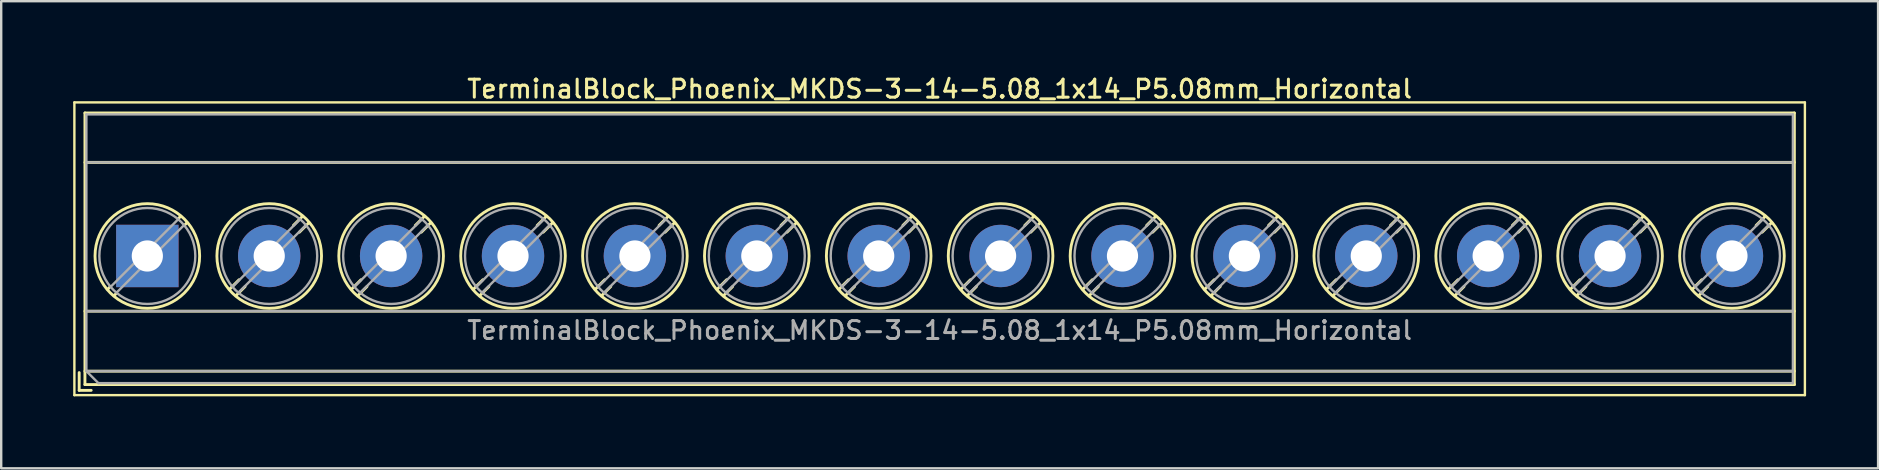
<source format=kicad_pcb>
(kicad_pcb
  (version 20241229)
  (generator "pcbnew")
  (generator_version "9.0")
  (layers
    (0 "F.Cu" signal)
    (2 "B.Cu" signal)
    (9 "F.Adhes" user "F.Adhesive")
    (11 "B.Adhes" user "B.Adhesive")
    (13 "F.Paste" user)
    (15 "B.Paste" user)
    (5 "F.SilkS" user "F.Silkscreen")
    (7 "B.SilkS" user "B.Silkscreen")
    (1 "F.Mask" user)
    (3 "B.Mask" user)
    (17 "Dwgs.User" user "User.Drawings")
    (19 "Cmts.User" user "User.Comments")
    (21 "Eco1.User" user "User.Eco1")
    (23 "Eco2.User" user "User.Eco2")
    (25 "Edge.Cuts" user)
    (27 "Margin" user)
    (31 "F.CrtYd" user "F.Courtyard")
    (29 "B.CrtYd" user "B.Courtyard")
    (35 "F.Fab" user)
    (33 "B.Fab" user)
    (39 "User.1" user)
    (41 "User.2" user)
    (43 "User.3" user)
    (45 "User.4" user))
  (footprint "TerminalBlock_Phoenix_MKDS-3-14-5.08_1x14_P5.08mm_Horizontal"
    (layer "F.Cu")
    (at 3.09 7.618)
    (property "Reference" "TerminalBlock_Phoenix_MKDS-3-14-5.08_1x14_P5.08mm_Horizontal" (at 33.02 -6.96 0) (layer "F.SilkS") (effects (font (size 0.75 0.75) (thickness 0.125))))
    (attr through_hole)
    (fp_line (start -3.04 -6.4) (end -3.04 5.8) (stroke (width 0.1) (type solid)) (layer "F.SilkS"))
    (fp_line (start -3.04 5.8) (end 69.08 5.8) (stroke (width 0.1) (type solid)) (layer "F.SilkS"))
    (fp_line (start -2.84 4.86) (end -2.84 5.6) (stroke (width 0.12) (type solid)) (layer "F.SilkS"))
    (fp_line (start -2.84 5.6) (end -2.34 5.6) (stroke (width 0.12) (type solid)) (layer "F.SilkS"))
    (fp_line (start -2.6 -5.96) (end -2.6 5.36) (stroke (width 0.12) (type solid)) (layer "F.SilkS"))
    (fp_line (start -2.6 -5.96) (end 68.641 -5.96) (stroke (width 0.12) (type solid)) (layer "F.SilkS"))
    (fp_line (start -2.6 -3.9) (end 68.641 -3.9) (stroke (width 0.12) (type solid)) (layer "F.SilkS"))
    (fp_line (start -2.6 2.3) (end 68.641 2.3) (stroke (width 0.12) (type solid)) (layer "F.SilkS"))
    (fp_line (start -2.6 4.8) (end 68.641 4.8) (stroke (width 0.12) (type solid)) (layer "F.SilkS"))
    (fp_line (start -2.6 5.36) (end 68.641 5.36) (stroke (width 0.12) (type solid)) (layer "F.SilkS"))
    (fp_line (start -1.548 1.281) (end -1.654 1.388) (stroke (width 0.12) (type solid)) (layer "F.SilkS"))
    (fp_line (start -1.282 1.547) (end -1.388 1.654) (stroke (width 0.12) (type solid)) (layer "F.SilkS"))
    (fp_line (start 1.388 -1.654) (end 1.281 -1.547) (stroke (width 0.12) (type solid)) (layer "F.SilkS"))
    (fp_line (start 1.654 -1.388) (end 1.547 -1.281) (stroke (width 0.12) (type solid)) (layer "F.SilkS"))
    (fp_line (start 3.822 0.992) (end 3.427 1.388) (stroke (width 0.12) (type solid)) (layer "F.SilkS"))
    (fp_line (start 4.073 1.274) (end 3.693 1.654) (stroke (width 0.12) (type solid)) (layer "F.SilkS"))
    (fp_line (start 6.468 -1.654) (end 6.088 -1.274) (stroke (width 0.12) (type solid)) (layer "F.SilkS"))
    (fp_line (start 6.734 -1.388) (end 6.339 -0.992) (stroke (width 0.12) (type solid)) (layer "F.SilkS"))
    (fp_line (start 8.902 0.992) (end 8.507 1.388) (stroke (width 0.12) (type solid)) (layer "F.SilkS"))
    (fp_line (start 9.153 1.274) (end 8.773 1.654) (stroke (width 0.12) (type solid)) (layer "F.SilkS"))
    (fp_line (start 11.548 -1.654) (end 11.168 -1.274) (stroke (width 0.12) (type solid)) (layer "F.SilkS"))
    (fp_line (start 11.814 -1.388) (end 11.419 -0.992) (stroke (width 0.12) (type solid)) (layer "F.SilkS"))
    (fp_line (start 13.982 0.992) (end 13.587 1.388) (stroke (width 0.12) (type solid)) (layer "F.SilkS"))
    (fp_line (start 14.233 1.274) (end 13.853 1.654) (stroke (width 0.12) (type solid)) (layer "F.SilkS"))
    (fp_line (start 16.628 -1.654) (end 16.248 -1.274) (stroke (width 0.12) (type solid)) (layer "F.SilkS"))
    (fp_line (start 16.894 -1.388) (end 16.499 -0.992) (stroke (width 0.12) (type solid)) (layer "F.SilkS"))
    (fp_line (start 19.062 0.992) (end 18.667 1.388) (stroke (width 0.12) (type solid)) (layer "F.SilkS"))
    (fp_line (start 19.313 1.274) (end 18.933 1.654) (stroke (width 0.12) (type solid)) (layer "F.SilkS"))
    (fp_line (start 21.708 -1.654) (end 21.328 -1.274) (stroke (width 0.12) (type solid)) (layer "F.SilkS"))
    (fp_line (start 21.974 -1.388) (end 21.579 -0.992) (stroke (width 0.12) (type solid)) (layer "F.SilkS"))
    (fp_line (start 24.142 0.992) (end 23.747 1.388) (stroke (width 0.12) (type solid)) (layer "F.SilkS"))
    (fp_line (start 24.393 1.274) (end 24.013 1.654) (stroke (width 0.12) (type solid)) (layer "F.SilkS"))
    (fp_line (start 26.788 -1.654) (end 26.408 -1.274) (stroke (width 0.12) (type solid)) (layer "F.SilkS"))
    (fp_line (start 27.054 -1.388) (end 26.659 -0.992) (stroke (width 0.12) (type solid)) (layer "F.SilkS"))
    (fp_line (start 29.222 0.992) (end 28.827 1.388) (stroke (width 0.12) (type solid)) (layer "F.SilkS"))
    (fp_line (start 29.473 1.274) (end 29.093 1.654) (stroke (width 0.12) (type solid)) (layer "F.SilkS"))
    (fp_line (start 31.868 -1.654) (end 31.488 -1.274) (stroke (width 0.12) (type solid)) (layer "F.SilkS"))
    (fp_line (start 32.134 -1.388) (end 31.739 -0.992) (stroke (width 0.12) (type solid)) (layer "F.SilkS"))
    (fp_line (start 34.302 0.992) (end 33.907 1.388) (stroke (width 0.12) (type solid)) (layer "F.SilkS"))
    (fp_line (start 34.553 1.274) (end 34.173 1.654) (stroke (width 0.12) (type solid)) (layer "F.SilkS"))
    (fp_line (start 36.948 -1.654) (end 36.568 -1.274) (stroke (width 0.12) (type solid)) (layer "F.SilkS"))
    (fp_line (start 37.214 -1.388) (end 36.819 -0.992) (stroke (width 0.12) (type solid)) (layer "F.SilkS"))
    (fp_line (start 39.382 0.992) (end 38.987 1.388) (stroke (width 0.12) (type solid)) (layer "F.SilkS"))
    (fp_line (start 39.633 1.274) (end 39.253 1.654) (stroke (width 0.12) (type solid)) (layer "F.SilkS"))
    (fp_line (start 42.028 -1.654) (end 41.648 -1.274) (stroke (width 0.12) (type solid)) (layer "F.SilkS"))
    (fp_line (start 42.294 -1.388) (end 41.899 -0.992) (stroke (width 0.12) (type solid)) (layer "F.SilkS"))
    (fp_line (start 44.462 0.992) (end 44.067 1.388) (stroke (width 0.12) (type solid)) (layer "F.SilkS"))
    (fp_line (start 44.713 1.274) (end 44.333 1.654) (stroke (width 0.12) (type solid)) (layer "F.SilkS"))
    (fp_line (start 47.108 -1.654) (end 46.728 -1.274) (stroke (width 0.12) (type solid)) (layer "F.SilkS"))
    (fp_line (start 47.374 -1.388) (end 46.979 -0.992) (stroke (width 0.12) (type solid)) (layer "F.SilkS"))
    (fp_line (start 49.542 0.992) (end 49.147 1.388) (stroke (width 0.12) (type solid)) (layer "F.SilkS"))
    (fp_line (start 49.793 1.274) (end 49.413 1.654) (stroke (width 0.12) (type solid)) (layer "F.SilkS"))
    (fp_line (start 52.188 -1.654) (end 51.808 -1.274) (stroke (width 0.12) (type solid)) (layer "F.SilkS"))
    (fp_line (start 52.454 -1.388) (end 52.059 -0.992) (stroke (width 0.12) (type solid)) (layer "F.SilkS"))
    (fp_line (start 54.622 0.992) (end 54.227 1.388) (stroke (width 0.12) (type solid)) (layer "F.SilkS"))
    (fp_line (start 54.873 1.274) (end 54.493 1.654) (stroke (width 0.12) (type solid)) (layer "F.SilkS"))
    (fp_line (start 57.268 -1.654) (end 56.888 -1.274) (stroke (width 0.12) (type solid)) (layer "F.SilkS"))
    (fp_line (start 57.534 -1.388) (end 57.139 -0.992) (stroke (width 0.12) (type solid)) (layer "F.SilkS"))
    (fp_line (start 59.702 0.992) (end 59.307 1.388) (stroke (width 0.12) (type solid)) (layer "F.SilkS"))
    (fp_line (start 59.953 1.274) (end 59.573 1.654) (stroke (width 0.12) (type solid)) (layer "F.SilkS"))
    (fp_line (start 62.348 -1.654) (end 61.968 -1.274) (stroke (width 0.12) (type solid)) (layer "F.SilkS"))
    (fp_line (start 62.614 -1.388) (end 62.219 -0.992) (stroke (width 0.12) (type solid)) (layer "F.SilkS"))
    (fp_line (start 64.782 0.992) (end 64.387 1.388) (stroke (width 0.12) (type solid)) (layer "F.SilkS"))
    (fp_line (start 65.033 1.274) (end 64.653 1.654) (stroke (width 0.12) (type solid)) (layer "F.SilkS"))
    (fp_line (start 67.428 -1.654) (end 67.048 -1.274) (stroke (width 0.12) (type solid)) (layer "F.SilkS"))
    (fp_line (start 67.694 -1.388) (end 67.299 -0.992) (stroke (width 0.12) (type solid)) (layer "F.SilkS"))
    (fp_line (start 68.641 -5.96) (end 68.641 5.36) (stroke (width 0.12) (type solid)) (layer "F.SilkS"))
    (fp_line (start 69.08 -6.4) (end -3.04 -6.4) (stroke (width 0.1) (type solid)) (layer "F.SilkS"))
    (fp_line (start 69.08 5.8) (end 69.08 -6.4) (stroke (width 0.1) (type solid)) (layer "F.SilkS"))
    (fp_circle (center 0 0) (end 2.18 0) (stroke (width 0.12) (type solid)) (fill no) (layer "F.SilkS"))
    (fp_circle (center 5.08 0) (end 7.26 0) (stroke (width 0.12) (type solid)) (fill no) (layer "F.SilkS"))
    (fp_circle (center 10.16 0) (end 12.34 0) (stroke (width 0.12) (type solid)) (fill no) (layer "F.SilkS"))
    (fp_circle (center 15.24 0) (end 17.42 0) (stroke (width 0.12) (type solid)) (fill no) (layer "F.SilkS"))
    (fp_circle (center 20.32 0) (end 22.5 0) (stroke (width 0.12) (type solid)) (fill no) (layer "F.SilkS"))
    (fp_circle (center 25.4 0) (end 27.58 0) (stroke (width 0.12) (type solid)) (fill no) (layer "F.SilkS"))
    (fp_circle (center 30.48 0) (end 32.66 0) (stroke (width 0.12) (type solid)) (fill no) (layer "F.SilkS"))
    (fp_circle (center 35.56 0) (end 37.74 0) (stroke (width 0.12) (type solid)) (fill no) (layer "F.SilkS"))
    (fp_circle (center 40.64 0) (end 42.82 0) (stroke (width 0.12) (type solid)) (fill no) (layer "F.SilkS"))
    (fp_circle (center 45.72 0) (end 47.9 0) (stroke (width 0.12) (type solid)) (fill no) (layer "F.SilkS"))
    (fp_circle (center 50.8 0) (end 52.98 0) (stroke (width 0.12) (type solid)) (fill no) (layer "F.SilkS"))
    (fp_circle (center 55.88 0) (end 58.06 0) (stroke (width 0.12) (type solid)) (fill no) (layer "F.SilkS"))
    (fp_circle (center 60.96 0) (end 63.14 0) (stroke (width 0.12) (type solid)) (fill no) (layer "F.SilkS"))
    (fp_circle (center 66.04 0) (end 68.22 0) (stroke (width 0.12) (type solid)) (fill no) (layer "F.SilkS"))
    (fp_line (start -2.54 -5.9) (end 68.58 -5.9) (stroke (width 0.1) (type solid)) (layer "F.Fab"))
    (fp_line (start -2.54 -3.9) (end 68.58 -3.9) (stroke (width 0.1) (type solid)) (layer "F.Fab"))
    (fp_line (start -2.54 2.3) (end 68.58 2.3) (stroke (width 0.1) (type solid)) (layer "F.Fab"))
    (fp_line (start -2.54 4.8) (end -2.54 -5.9) (stroke (width 0.1) (type solid)) (layer "F.Fab"))
    (fp_line (start -2.54 4.8) (end 68.58 4.8) (stroke (width 0.1) (type solid)) (layer "F.Fab"))
    (fp_line (start -2.04 5.3) (end -2.54 4.8) (stroke (width 0.1) (type solid)) (layer "F.Fab"))
    (fp_line (start 1.273 -1.517) (end -1.517 1.273) (stroke (width 0.1) (type solid)) (layer "F.Fab"))
    (fp_line (start 1.517 -1.273) (end -1.273 1.517) (stroke (width 0.1) (type solid)) (layer "F.Fab"))
    (fp_line (start 6.353 -1.517) (end 3.564 1.273) (stroke (width 0.1) (type solid)) (layer "F.Fab"))
    (fp_line (start 6.597 -1.273) (end 3.808 1.517) (stroke (width 0.1) (type solid)) (layer "F.Fab"))
    (fp_line (start 11.433 -1.517) (end 8.644 1.273) (stroke (width 0.1) (type solid)) (layer "F.Fab"))
    (fp_line (start 11.677 -1.273) (end 8.888 1.517) (stroke (width 0.1) (type solid)) (layer "F.Fab"))
    (fp_line (start 16.513 -1.517) (end 13.724 1.273) (stroke (width 0.1) (type solid)) (layer "F.Fab"))
    (fp_line (start 16.757 -1.273) (end 13.968 1.517) (stroke (width 0.1) (type solid)) (layer "F.Fab"))
    (fp_line (start 21.593 -1.517) (end 18.804 1.273) (stroke (width 0.1) (type solid)) (layer "F.Fab"))
    (fp_line (start 21.837 -1.273) (end 19.048 1.517) (stroke (width 0.1) (type solid)) (layer "F.Fab"))
    (fp_line (start 26.673 -1.517) (end 23.884 1.273) (stroke (width 0.1) (type solid)) (layer "F.Fab"))
    (fp_line (start 26.917 -1.273) (end 24.128 1.517) (stroke (width 0.1) (type solid)) (layer "F.Fab"))
    (fp_line (start 31.753 -1.517) (end 28.964 1.273) (stroke (width 0.1) (type solid)) (layer "F.Fab"))
    (fp_line (start 31.997 -1.273) (end 29.208 1.517) (stroke (width 0.1) (type solid)) (layer "F.Fab"))
    (fp_line (start 36.833 -1.517) (end 34.044 1.273) (stroke (width 0.1) (type solid)) (layer "F.Fab"))
    (fp_line (start 37.077 -1.273) (end 34.288 1.517) (stroke (width 0.1) (type solid)) (layer "F.Fab"))
    (fp_line (start 41.913 -1.517) (end 39.124 1.273) (stroke (width 0.1) (type solid)) (layer "F.Fab"))
    (fp_line (start 42.157 -1.273) (end 39.368 1.517) (stroke (width 0.1) (type solid)) (layer "F.Fab"))
    (fp_line (start 46.993 -1.517) (end 44.204 1.273) (stroke (width 0.1) (type solid)) (layer "F.Fab"))
    (fp_line (start 47.237 -1.273) (end 44.448 1.517) (stroke (width 0.1) (type solid)) (layer "F.Fab"))
    (fp_line (start 52.073 -1.517) (end 49.284 1.273) (stroke (width 0.1) (type solid)) (layer "F.Fab"))
    (fp_line (start 52.317 -1.273) (end 49.528 1.517) (stroke (width 0.1) (type solid)) (layer "F.Fab"))
    (fp_line (start 57.153 -1.517) (end 54.364 1.273) (stroke (width 0.1) (type solid)) (layer "F.Fab"))
    (fp_line (start 57.397 -1.273) (end 54.608 1.517) (stroke (width 0.1) (type solid)) (layer "F.Fab"))
    (fp_line (start 62.233 -1.517) (end 59.444 1.273) (stroke (width 0.1) (type solid)) (layer "F.Fab"))
    (fp_line (start 62.477 -1.273) (end 59.688 1.517) (stroke (width 0.1) (type solid)) (layer "F.Fab"))
    (fp_line (start 67.313 -1.517) (end 64.524 1.273) (stroke (width 0.1) (type solid)) (layer "F.Fab"))
    (fp_line (start 67.557 -1.273) (end 64.768 1.517) (stroke (width 0.1) (type solid)) (layer "F.Fab"))
    (fp_line (start 68.58 -5.9) (end 68.58 5.3) (stroke (width 0.1) (type solid)) (layer "F.Fab"))
    (fp_line (start 68.58 5.3) (end -2.04 5.3) (stroke (width 0.1) (type solid)) (layer "F.Fab"))
    (fp_circle (center 0 0) (end 2 0) (stroke (width 0.1) (type solid)) (fill no) (layer "F.Fab"))
    (fp_circle (center 5.08 0) (end 7.08 0) (stroke (width 0.1) (type solid)) (fill no) (layer "F.Fab"))
    (fp_circle (center 10.16 0) (end 12.16 0) (stroke (width 0.1) (type solid)) (fill no) (layer "F.Fab"))
    (fp_circle (center 15.24 0) (end 17.24 0) (stroke (width 0.1) (type solid)) (fill no) (layer "F.Fab"))
    (fp_circle (center 20.32 0) (end 22.32 0) (stroke (width 0.1) (type solid)) (fill no) (layer "F.Fab"))
    (fp_circle (center 25.4 0) (end 27.4 0) (stroke (width 0.1) (type solid)) (fill no) (layer "F.Fab"))
    (fp_circle (center 30.48 0) (end 32.48 0) (stroke (width 0.1) (type solid)) (fill no) (layer "F.Fab"))
    (fp_circle (center 35.56 0) (end 37.56 0) (stroke (width 0.1) (type solid)) (fill no) (layer "F.Fab"))
    (fp_circle (center 40.64 0) (end 42.64 0) (stroke (width 0.1) (type solid)) (fill no) (layer "F.Fab"))
    (fp_circle (center 45.72 0) (end 47.72 0) (stroke (width 0.1) (type solid)) (fill no) (layer "F.Fab"))
    (fp_circle (center 50.8 0) (end 52.8 0) (stroke (width 0.1) (type solid)) (fill no) (layer "F.Fab"))
    (fp_circle (center 55.88 0) (end 57.88 0) (stroke (width 0.1) (type solid)) (fill no) (layer "F.Fab"))
    (fp_circle (center 60.96 0) (end 62.96 0) (stroke (width 0.1) (type solid)) (fill no) (layer "F.Fab"))
    (fp_circle (center 66.04 0) (end 68.04 0) (stroke (width 0.1) (type solid)) (fill no) (layer "F.Fab"))
    (fp_text user "${REFERENCE}" (at 33.02 3.1 0) (layer "F.Fab") (effects (font (size 0.75 0.75) (thickness 0.125))))
    (pad "1" thru_hole rect (at 0 0) (size 2.6 2.6) (drill 1.3) (layers "*.Cu" "*.Mask"))
    (pad "2" thru_hole circle (at 5.08 0) (size 2.6 2.6) (drill 1.3) (layers "*.Cu" "*.Mask"))
    (pad "3" thru_hole circle (at 10.16 0) (size 2.6 2.6) (drill 1.3) (layers "*.Cu" "*.Mask"))
    (pad "4" thru_hole circle (at 15.24 0) (size 2.6 2.6) (drill 1.3) (layers "*.Cu" "*.Mask"))
    (pad "5" thru_hole circle (at 20.32 0) (size 2.6 2.6) (drill 1.3) (layers "*.Cu" "*.Mask"))
    (pad "6" thru_hole circle (at 25.4 0) (size 2.6 2.6) (drill 1.3) (layers "*.Cu" "*.Mask"))
    (pad "7" thru_hole circle (at 30.48 0) (size 2.6 2.6) (drill 1.3) (layers "*.Cu" "*.Mask"))
    (pad "8" thru_hole circle (at 35.56 0) (size 2.6 2.6) (drill 1.3) (layers "*.Cu" "*.Mask"))
    (pad "9" thru_hole circle (at 40.64 0) (size 2.6 2.6) (drill 1.3) (layers "*.Cu" "*.Mask"))
    (pad "10" thru_hole circle (at 45.72 0) (size 2.6 2.6) (drill 1.3) (layers "*.Cu" "*.Mask"))
    (pad "11" thru_hole circle (at 50.8 0) (size 2.6 2.6) (drill 1.3) (layers "*.Cu" "*.Mask"))
    (pad "12" thru_hole circle (at 55.88 0) (size 2.6 2.6) (drill 1.3) (layers "*.Cu" "*.Mask"))
    (pad "13" thru_hole circle (at 60.96 0) (size 2.6 2.6) (drill 1.3) (layers "*.Cu" "*.Mask"))
    (pad "14" thru_hole circle (at 66.04 0) (size 2.6 2.6) (drill 1.3) (layers "*.Cu" "*.Mask")))
  (gr_rect
    (start -3 -3)
    (end 75.22 16.468)
    (stroke (width 0.1) (type default))
    (fill no)
    (layer "Edge.Cuts")))
</source>
